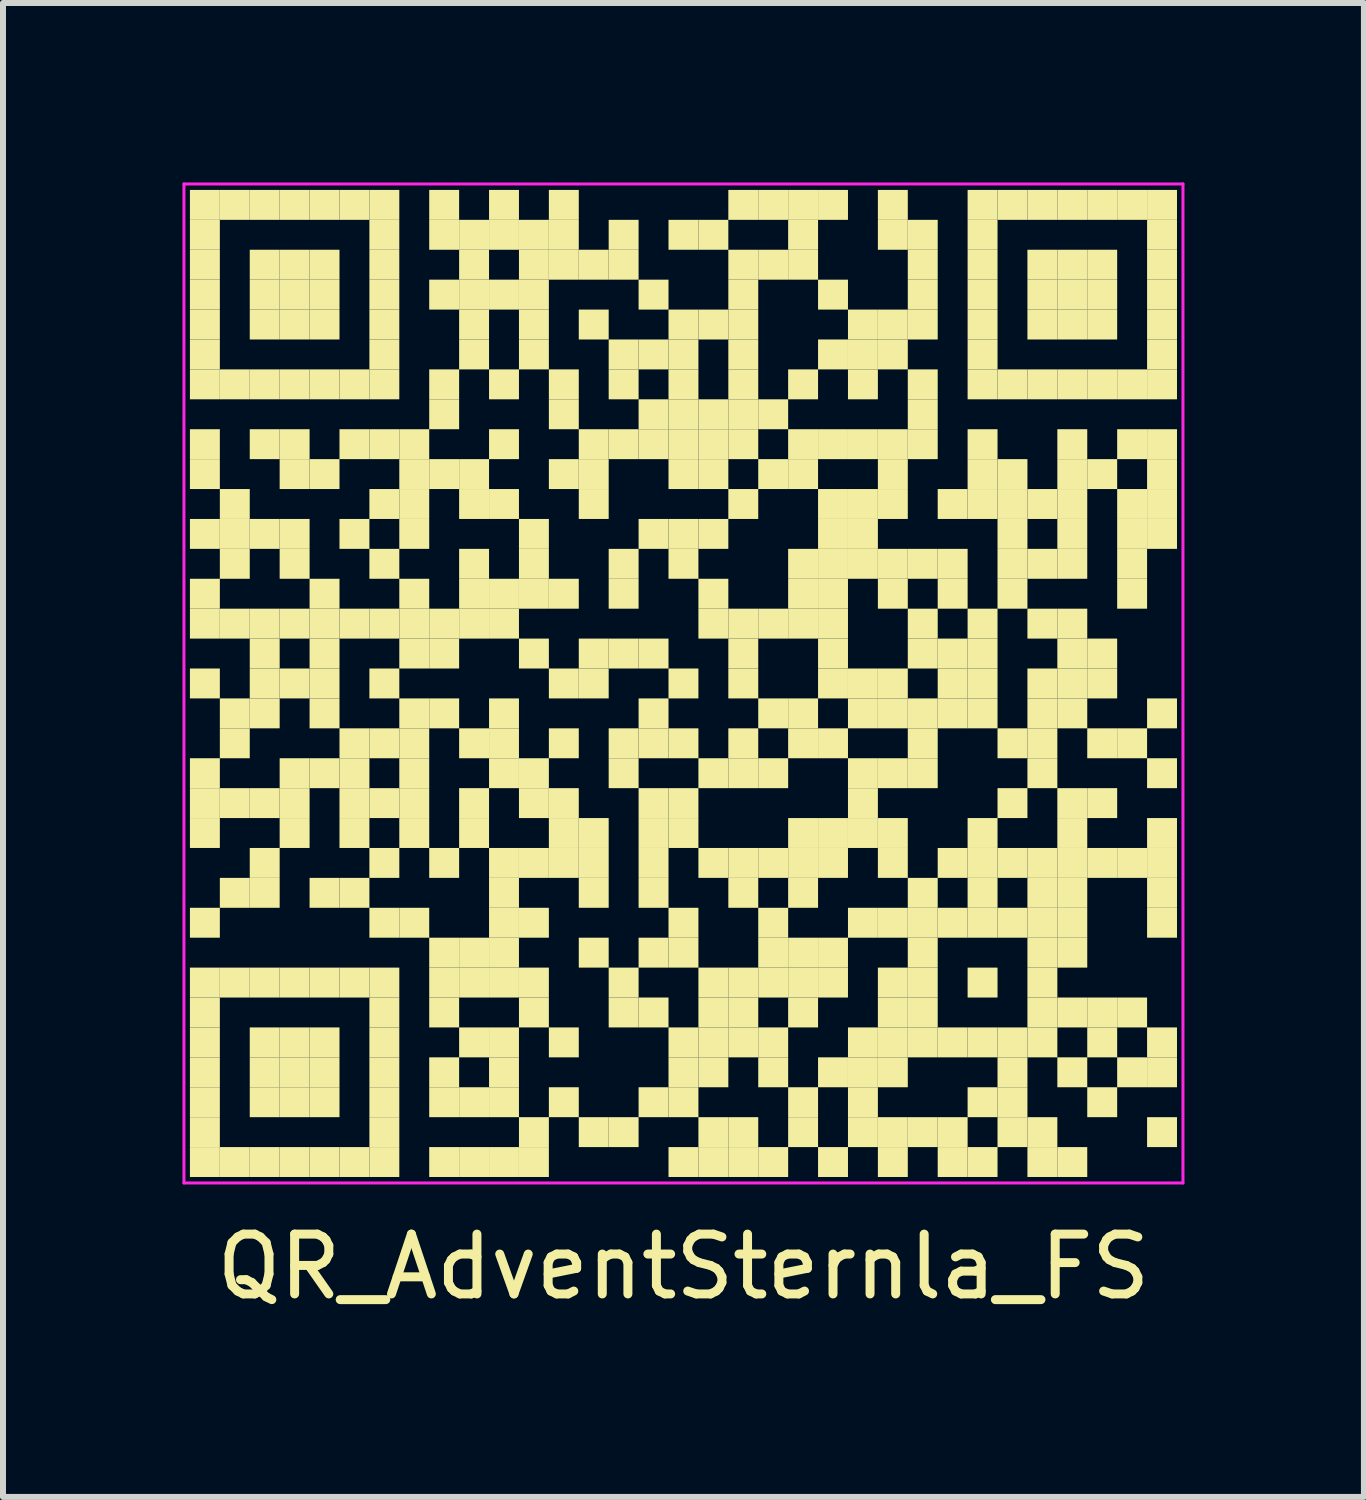
<source format=kicad_pcb>
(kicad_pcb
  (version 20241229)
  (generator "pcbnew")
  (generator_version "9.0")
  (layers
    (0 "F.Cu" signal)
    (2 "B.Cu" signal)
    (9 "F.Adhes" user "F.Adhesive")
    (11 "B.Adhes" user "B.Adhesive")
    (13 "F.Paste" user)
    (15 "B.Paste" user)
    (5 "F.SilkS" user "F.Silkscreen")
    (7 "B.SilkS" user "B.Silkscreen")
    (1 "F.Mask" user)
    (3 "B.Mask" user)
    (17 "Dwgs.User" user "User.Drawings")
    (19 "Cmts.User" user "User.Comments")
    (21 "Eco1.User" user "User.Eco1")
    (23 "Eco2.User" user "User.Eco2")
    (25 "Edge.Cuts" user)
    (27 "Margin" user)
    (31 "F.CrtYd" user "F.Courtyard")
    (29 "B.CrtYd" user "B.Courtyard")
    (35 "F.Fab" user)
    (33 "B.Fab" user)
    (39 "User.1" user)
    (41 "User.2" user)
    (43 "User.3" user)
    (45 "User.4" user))
  (footprint "QR_AdventSternla_FS"
    (layer "F.Cu")
    (at 8.375 8.375)
    (property "Reference" "QR_AdventSternla_FS" (at 0 9.75 0) (layer "F.SilkS") (effects (font (size 1 1) (thickness 0.15))))
    (fp_rect (start -8.25 -8.25) (end -7.75 -7.75) (stroke (width 0) (type solid)) (fill yes) (layer "F.SilkS"))
    (fp_rect (start -8.25 -7.75) (end -7.75 -7.25) (stroke (width 0) (type solid)) (fill yes) (layer "F.SilkS"))
    (fp_rect (start -8.25 -7.25) (end -7.75 -6.75) (stroke (width 0) (type solid)) (fill yes) (layer "F.SilkS"))
    (fp_rect (start -8.25 -6.75) (end -7.75 -6.25) (stroke (width 0) (type solid)) (fill yes) (layer "F.SilkS"))
    (fp_rect (start -8.25 -6.25) (end -7.75 -5.75) (stroke (width 0) (type solid)) (fill yes) (layer "F.SilkS"))
    (fp_rect (start -8.25 -5.75) (end -7.75 -5.25) (stroke (width 0) (type solid)) (fill yes) (layer "F.SilkS"))
    (fp_rect (start -8.25 -5.25) (end -7.75 -4.75) (stroke (width 0) (type solid)) (fill yes) (layer "F.SilkS"))
    (fp_rect (start -8.25 -4.25) (end -7.75 -3.75) (stroke (width 0) (type solid)) (fill yes) (layer "F.SilkS"))
    (fp_rect (start -8.25 -3.75) (end -7.75 -3.25) (stroke (width 0) (type solid)) (fill yes) (layer "F.SilkS"))
    (fp_rect (start -8.25 -2.75) (end -7.75 -2.25) (stroke (width 0) (type solid)) (fill yes) (layer "F.SilkS"))
    (fp_rect (start -8.25 -1.75) (end -7.75 -1.25) (stroke (width 0) (type solid)) (fill yes) (layer "F.SilkS"))
    (fp_rect (start -8.25 -1.25) (end -7.75 -0.75) (stroke (width 0) (type solid)) (fill yes) (layer "F.SilkS"))
    (fp_rect (start -8.25 -0.25) (end -7.75 0.25) (stroke (width 0) (type solid)) (fill yes) (layer "F.SilkS"))
    (fp_rect (start -8.25 1.25) (end -7.75 1.75) (stroke (width 0) (type solid)) (fill yes) (layer "F.SilkS"))
    (fp_rect (start -8.25 1.75) (end -7.75 2.25) (stroke (width 0) (type solid)) (fill yes) (layer "F.SilkS"))
    (fp_rect (start -8.25 2.25) (end -7.75 2.75) (stroke (width 0) (type solid)) (fill yes) (layer "F.SilkS"))
    (fp_rect (start -8.25 3.75) (end -7.75 4.25) (stroke (width 0) (type solid)) (fill yes) (layer "F.SilkS"))
    (fp_rect (start -8.25 4.75) (end -7.75 5.25) (stroke (width 0) (type solid)) (fill yes) (layer "F.SilkS"))
    (fp_rect (start -8.25 5.25) (end -7.75 5.75) (stroke (width 0) (type solid)) (fill yes) (layer "F.SilkS"))
    (fp_rect (start -8.25 5.75) (end -7.75 6.25) (stroke (width 0) (type solid)) (fill yes) (layer "F.SilkS"))
    (fp_rect (start -8.25 6.25) (end -7.75 6.75) (stroke (width 0) (type solid)) (fill yes) (layer "F.SilkS"))
    (fp_rect (start -8.25 6.75) (end -7.75 7.25) (stroke (width 0) (type solid)) (fill yes) (layer "F.SilkS"))
    (fp_rect (start -8.25 7.25) (end -7.75 7.75) (stroke (width 0) (type solid)) (fill yes) (layer "F.SilkS"))
    (fp_rect (start -8.25 7.75) (end -7.75 8.25) (stroke (width 0) (type solid)) (fill yes) (layer "F.SilkS"))
    (fp_rect (start -7.75 -8.25) (end -7.25 -7.75) (stroke (width 0) (type solid)) (fill yes) (layer "F.SilkS"))
    (fp_rect (start -7.75 -5.25) (end -7.25 -4.75) (stroke (width 0) (type solid)) (fill yes) (layer "F.SilkS"))
    (fp_rect (start -7.75 -3.25) (end -7.25 -2.75) (stroke (width 0) (type solid)) (fill yes) (layer "F.SilkS"))
    (fp_rect (start -7.75 -2.75) (end -7.25 -2.25) (stroke (width 0) (type solid)) (fill yes) (layer "F.SilkS"))
    (fp_rect (start -7.75 -2.25) (end -7.25 -1.75) (stroke (width 0) (type solid)) (fill yes) (layer "F.SilkS"))
    (fp_rect (start -7.75 -1.25) (end -7.25 -0.75) (stroke (width 0) (type solid)) (fill yes) (layer "F.SilkS"))
    (fp_rect (start -7.75 0.25) (end -7.25 0.75) (stroke (width 0) (type solid)) (fill yes) (layer "F.SilkS"))
    (fp_rect (start -7.75 0.75) (end -7.25 1.25) (stroke (width 0) (type solid)) (fill yes) (layer "F.SilkS"))
    (fp_rect (start -7.75 1.75) (end -7.25 2.25) (stroke (width 0) (type solid)) (fill yes) (layer "F.SilkS"))
    (fp_rect (start -7.75 3.25) (end -7.25 3.75) (stroke (width 0) (type solid)) (fill yes) (layer "F.SilkS"))
    (fp_rect (start -7.75 4.75) (end -7.25 5.25) (stroke (width 0) (type solid)) (fill yes) (layer "F.SilkS"))
    (fp_rect (start -7.75 7.75) (end -7.25 8.25) (stroke (width 0) (type solid)) (fill yes) (layer "F.SilkS"))
    (fp_rect (start -7.25 -8.25) (end -6.75 -7.75) (stroke (width 0) (type solid)) (fill yes) (layer "F.SilkS"))
    (fp_rect (start -7.25 -7.25) (end -6.75 -6.75) (stroke (width 0) (type solid)) (fill yes) (layer "F.SilkS"))
    (fp_rect (start -7.25 -6.75) (end -6.75 -6.25) (stroke (width 0) (type solid)) (fill yes) (layer "F.SilkS"))
    (fp_rect (start -7.25 -6.25) (end -6.75 -5.75) (stroke (width 0) (type solid)) (fill yes) (layer "F.SilkS"))
    (fp_rect (start -7.25 -5.25) (end -6.75 -4.75) (stroke (width 0) (type solid)) (fill yes) (layer "F.SilkS"))
    (fp_rect (start -7.25 -4.25) (end -6.75 -3.75) (stroke (width 0) (type solid)) (fill yes) (layer "F.SilkS"))
    (fp_rect (start -7.25 -2.75) (end -6.75 -2.25) (stroke (width 0) (type solid)) (fill yes) (layer "F.SilkS"))
    (fp_rect (start -7.25 -1.25) (end -6.75 -0.75) (stroke (width 0) (type solid)) (fill yes) (layer "F.SilkS"))
    (fp_rect (start -7.25 -0.75) (end -6.75 -0.25) (stroke (width 0) (type solid)) (fill yes) (layer "F.SilkS"))
    (fp_rect (start -7.25 -0.25) (end -6.75 0.25) (stroke (width 0) (type solid)) (fill yes) (layer "F.SilkS"))
    (fp_rect (start -7.25 0.25) (end -6.75 0.75) (stroke (width 0) (type solid)) (fill yes) (layer "F.SilkS"))
    (fp_rect (start -7.25 1.75) (end -6.75 2.25) (stroke (width 0) (type solid)) (fill yes) (layer "F.SilkS"))
    (fp_rect (start -7.25 2.75) (end -6.75 3.25) (stroke (width 0) (type solid)) (fill yes) (layer "F.SilkS"))
    (fp_rect (start -7.25 3.25) (end -6.75 3.75) (stroke (width 0) (type solid)) (fill yes) (layer "F.SilkS"))
    (fp_rect (start -7.25 4.75) (end -6.75 5.25) (stroke (width 0) (type solid)) (fill yes) (layer "F.SilkS"))
    (fp_rect (start -7.25 5.75) (end -6.75 6.25) (stroke (width 0) (type solid)) (fill yes) (layer "F.SilkS"))
    (fp_rect (start -7.25 6.25) (end -6.75 6.75) (stroke (width 0) (type solid)) (fill yes) (layer "F.SilkS"))
    (fp_rect (start -7.25 6.75) (end -6.75 7.25) (stroke (width 0) (type solid)) (fill yes) (layer "F.SilkS"))
    (fp_rect (start -7.25 7.75) (end -6.75 8.25) (stroke (width 0) (type solid)) (fill yes) (layer "F.SilkS"))
    (fp_rect (start -6.75 -8.25) (end -6.25 -7.75) (stroke (width 0) (type solid)) (fill yes) (layer "F.SilkS"))
    (fp_rect (start -6.75 -7.25) (end -6.25 -6.75) (stroke (width 0) (type solid)) (fill yes) (layer "F.SilkS"))
    (fp_rect (start -6.75 -6.75) (end -6.25 -6.25) (stroke (width 0) (type solid)) (fill yes) (layer "F.SilkS"))
    (fp_rect (start -6.75 -6.25) (end -6.25 -5.75) (stroke (width 0) (type solid)) (fill yes) (layer "F.SilkS"))
    (fp_rect (start -6.75 -5.25) (end -6.25 -4.75) (stroke (width 0) (type solid)) (fill yes) (layer "F.SilkS"))
    (fp_rect (start -6.75 -4.25) (end -6.25 -3.75) (stroke (width 0) (type solid)) (fill yes) (layer "F.SilkS"))
    (fp_rect (start -6.75 -3.75) (end -6.25 -3.25) (stroke (width 0) (type solid)) (fill yes) (layer "F.SilkS"))
    (fp_rect (start -6.75 -2.75) (end -6.25 -2.25) (stroke (width 0) (type solid)) (fill yes) (layer "F.SilkS"))
    (fp_rect (start -6.75 -2.25) (end -6.25 -1.75) (stroke (width 0) (type solid)) (fill yes) (layer "F.SilkS"))
    (fp_rect (start -6.75 -1.25) (end -6.25 -0.75) (stroke (width 0) (type solid)) (fill yes) (layer "F.SilkS"))
    (fp_rect (start -6.75 -0.25) (end -6.25 0.25) (stroke (width 0) (type solid)) (fill yes) (layer "F.SilkS"))
    (fp_rect (start -6.75 1.25) (end -6.25 1.75) (stroke (width 0) (type solid)) (fill yes) (layer "F.SilkS"))
    (fp_rect (start -6.75 1.75) (end -6.25 2.25) (stroke (width 0) (type solid)) (fill yes) (layer "F.SilkS"))
    (fp_rect (start -6.75 2.25) (end -6.25 2.75) (stroke (width 0) (type solid)) (fill yes) (layer "F.SilkS"))
    (fp_rect (start -6.75 4.75) (end -6.25 5.25) (stroke (width 0) (type solid)) (fill yes) (layer "F.SilkS"))
    (fp_rect (start -6.75 5.75) (end -6.25 6.25) (stroke (width 0) (type solid)) (fill yes) (layer "F.SilkS"))
    (fp_rect (start -6.75 6.25) (end -6.25 6.75) (stroke (width 0) (type solid)) (fill yes) (layer "F.SilkS"))
    (fp_rect (start -6.75 6.75) (end -6.25 7.25) (stroke (width 0) (type solid)) (fill yes) (layer "F.SilkS"))
    (fp_rect (start -6.75 7.75) (end -6.25 8.25) (stroke (width 0) (type solid)) (fill yes) (layer "F.SilkS"))
    (fp_rect (start -6.25 -8.25) (end -5.75 -7.75) (stroke (width 0) (type solid)) (fill yes) (layer "F.SilkS"))
    (fp_rect (start -6.25 -7.25) (end -5.75 -6.75) (stroke (width 0) (type solid)) (fill yes) (layer "F.SilkS"))
    (fp_rect (start -6.25 -6.75) (end -5.75 -6.25) (stroke (width 0) (type solid)) (fill yes) (layer "F.SilkS"))
    (fp_rect (start -6.25 -6.25) (end -5.75 -5.75) (stroke (width 0) (type solid)) (fill yes) (layer "F.SilkS"))
    (fp_rect (start -6.25 -5.25) (end -5.75 -4.75) (stroke (width 0) (type solid)) (fill yes) (layer "F.SilkS"))
    (fp_rect (start -6.25 -3.75) (end -5.75 -3.25) (stroke (width 0) (type solid)) (fill yes) (layer "F.SilkS"))
    (fp_rect (start -6.25 -1.75) (end -5.75 -1.25) (stroke (width 0) (type solid)) (fill yes) (layer "F.SilkS"))
    (fp_rect (start -6.25 -1.25) (end -5.75 -0.75) (stroke (width 0) (type solid)) (fill yes) (layer "F.SilkS"))
    (fp_rect (start -6.25 -0.75) (end -5.75 -0.25) (stroke (width 0) (type solid)) (fill yes) (layer "F.SilkS"))
    (fp_rect (start -6.25 -0.25) (end -5.75 0.25) (stroke (width 0) (type solid)) (fill yes) (layer "F.SilkS"))
    (fp_rect (start -6.25 0.25) (end -5.75 0.75) (stroke (width 0) (type solid)) (fill yes) (layer "F.SilkS"))
    (fp_rect (start -6.25 1.25) (end -5.75 1.75) (stroke (width 0) (type solid)) (fill yes) (layer "F.SilkS"))
    (fp_rect (start -6.25 3.25) (end -5.75 3.75) (stroke (width 0) (type solid)) (fill yes) (layer "F.SilkS"))
    (fp_rect (start -6.25 4.75) (end -5.75 5.25) (stroke (width 0) (type solid)) (fill yes) (layer "F.SilkS"))
    (fp_rect (start -6.25 5.75) (end -5.75 6.25) (stroke (width 0) (type solid)) (fill yes) (layer "F.SilkS"))
    (fp_rect (start -6.25 6.25) (end -5.75 6.75) (stroke (width 0) (type solid)) (fill yes) (layer "F.SilkS"))
    (fp_rect (start -6.25 6.75) (end -5.75 7.25) (stroke (width 0) (type solid)) (fill yes) (layer "F.SilkS"))
    (fp_rect (start -6.25 7.75) (end -5.75 8.25) (stroke (width 0) (type solid)) (fill yes) (layer "F.SilkS"))
    (fp_rect (start -5.75 -8.25) (end -5.25 -7.75) (stroke (width 0) (type solid)) (fill yes) (layer "F.SilkS"))
    (fp_rect (start -5.75 -5.25) (end -5.25 -4.75) (stroke (width 0) (type solid)) (fill yes) (layer "F.SilkS"))
    (fp_rect (start -5.75 -4.25) (end -5.25 -3.75) (stroke (width 0) (type solid)) (fill yes) (layer "F.SilkS"))
    (fp_rect (start -5.75 -2.75) (end -5.25 -2.25) (stroke (width 0) (type solid)) (fill yes) (layer "F.SilkS"))
    (fp_rect (start -5.75 -1.25) (end -5.25 -0.75) (stroke (width 0) (type solid)) (fill yes) (layer "F.SilkS"))
    (fp_rect (start -5.75 0.75) (end -5.25 1.25) (stroke (width 0) (type solid)) (fill yes) (layer "F.SilkS"))
    (fp_rect (start -5.75 1.25) (end -5.25 1.75) (stroke (width 0) (type solid)) (fill yes) (layer "F.SilkS"))
    (fp_rect (start -5.75 1.75) (end -5.25 2.25) (stroke (width 0) (type solid)) (fill yes) (layer "F.SilkS"))
    (fp_rect (start -5.75 2.25) (end -5.25 2.75) (stroke (width 0) (type solid)) (fill yes) (layer "F.SilkS"))
    (fp_rect (start -5.75 3.25) (end -5.25 3.75) (stroke (width 0) (type solid)) (fill yes) (layer "F.SilkS"))
    (fp_rect (start -5.75 4.75) (end -5.25 5.25) (stroke (width 0) (type solid)) (fill yes) (layer "F.SilkS"))
    (fp_rect (start -5.75 7.75) (end -5.25 8.25) (stroke (width 0) (type solid)) (fill yes) (layer "F.SilkS"))
    (fp_rect (start -5.25 -8.25) (end -4.75 -7.75) (stroke (width 0) (type solid)) (fill yes) (layer "F.SilkS"))
    (fp_rect (start -5.25 -7.75) (end -4.75 -7.25) (stroke (width 0) (type solid)) (fill yes) (layer "F.SilkS"))
    (fp_rect (start -5.25 -7.25) (end -4.75 -6.75) (stroke (width 0) (type solid)) (fill yes) (layer "F.SilkS"))
    (fp_rect (start -5.25 -6.75) (end -4.75 -6.25) (stroke (width 0) (type solid)) (fill yes) (layer "F.SilkS"))
    (fp_rect (start -5.25 -6.25) (end -4.75 -5.75) (stroke (width 0) (type solid)) (fill yes) (layer "F.SilkS"))
    (fp_rect (start -5.25 -5.75) (end -4.75 -5.25) (stroke (width 0) (type solid)) (fill yes) (layer "F.SilkS"))
    (fp_rect (start -5.25 -5.25) (end -4.75 -4.75) (stroke (width 0) (type solid)) (fill yes) (layer "F.SilkS"))
    (fp_rect (start -5.25 -4.25) (end -4.75 -3.75) (stroke (width 0) (type solid)) (fill yes) (layer "F.SilkS"))
    (fp_rect (start -5.25 -3.25) (end -4.75 -2.75) (stroke (width 0) (type solid)) (fill yes) (layer "F.SilkS"))
    (fp_rect (start -5.25 -2.25) (end -4.75 -1.75) (stroke (width 0) (type solid)) (fill yes) (layer "F.SilkS"))
    (fp_rect (start -5.25 -1.25) (end -4.75 -0.75) (stroke (width 0) (type solid)) (fill yes) (layer "F.SilkS"))
    (fp_rect (start -5.25 -0.25) (end -4.75 0.25) (stroke (width 0) (type solid)) (fill yes) (layer "F.SilkS"))
    (fp_rect (start -5.25 0.75) (end -4.75 1.25) (stroke (width 0) (type solid)) (fill yes) (layer "F.SilkS"))
    (fp_rect (start -5.25 1.75) (end -4.75 2.25) (stroke (width 0) (type solid)) (fill yes) (layer "F.SilkS"))
    (fp_rect (start -5.25 2.75) (end -4.75 3.25) (stroke (width 0) (type solid)) (fill yes) (layer "F.SilkS"))
    (fp_rect (start -5.25 3.75) (end -4.75 4.25) (stroke (width 0) (type solid)) (fill yes) (layer "F.SilkS"))
    (fp_rect (start -5.25 4.75) (end -4.75 5.25) (stroke (width 0) (type solid)) (fill yes) (layer "F.SilkS"))
    (fp_rect (start -5.25 5.25) (end -4.75 5.75) (stroke (width 0) (type solid)) (fill yes) (layer "F.SilkS"))
    (fp_rect (start -5.25 5.75) (end -4.75 6.25) (stroke (width 0) (type solid)) (fill yes) (layer "F.SilkS"))
    (fp_rect (start -5.25 6.25) (end -4.75 6.75) (stroke (width 0) (type solid)) (fill yes) (layer "F.SilkS"))
    (fp_rect (start -5.25 6.75) (end -4.75 7.25) (stroke (width 0) (type solid)) (fill yes) (layer "F.SilkS"))
    (fp_rect (start -5.25 7.25) (end -4.75 7.75) (stroke (width 0) (type solid)) (fill yes) (layer "F.SilkS"))
    (fp_rect (start -5.25 7.75) (end -4.75 8.25) (stroke (width 0) (type solid)) (fill yes) (layer "F.SilkS"))
    (fp_rect (start -4.75 -4.25) (end -4.25 -3.75) (stroke (width 0) (type solid)) (fill yes) (layer "F.SilkS"))
    (fp_rect (start -4.75 -3.75) (end -4.25 -3.25) (stroke (width 0) (type solid)) (fill yes) (layer "F.SilkS"))
    (fp_rect (start -4.75 -3.25) (end -4.25 -2.75) (stroke (width 0) (type solid)) (fill yes) (layer "F.SilkS"))
    (fp_rect (start -4.75 -2.75) (end -4.25 -2.25) (stroke (width 0) (type solid)) (fill yes) (layer "F.SilkS"))
    (fp_rect (start -4.75 -1.75) (end -4.25 -1.25) (stroke (width 0) (type solid)) (fill yes) (layer "F.SilkS"))
    (fp_rect (start -4.75 -1.25) (end -4.25 -0.75) (stroke (width 0) (type solid)) (fill yes) (layer "F.SilkS"))
    (fp_rect (start -4.75 -0.75) (end -4.25 -0.25) (stroke (width 0) (type solid)) (fill yes) (layer "F.SilkS"))
    (fp_rect (start -4.75 0.25) (end -4.25 0.75) (stroke (width 0) (type solid)) (fill yes) (layer "F.SilkS"))
    (fp_rect (start -4.75 0.75) (end -4.25 1.25) (stroke (width 0) (type solid)) (fill yes) (layer "F.SilkS"))
    (fp_rect (start -4.75 1.25) (end -4.25 1.75) (stroke (width 0) (type solid)) (fill yes) (layer "F.SilkS"))
    (fp_rect (start -4.75 1.75) (end -4.25 2.25) (stroke (width 0) (type solid)) (fill yes) (layer "F.SilkS"))
    (fp_rect (start -4.75 2.25) (end -4.25 2.75) (stroke (width 0) (type solid)) (fill yes) (layer "F.SilkS"))
    (fp_rect (start -4.75 3.75) (end -4.25 4.25) (stroke (width 0) (type solid)) (fill yes) (layer "F.SilkS"))
    (fp_rect (start -4.25 -8.25) (end -3.75 -7.75) (stroke (width 0) (type solid)) (fill yes) (layer "F.SilkS"))
    (fp_rect (start -4.25 -7.75) (end -3.75 -7.25) (stroke (width 0) (type solid)) (fill yes) (layer "F.SilkS"))
    (fp_rect (start -4.25 -6.75) (end -3.75 -6.25) (stroke (width 0) (type solid)) (fill yes) (layer "F.SilkS"))
    (fp_rect (start -4.25 -5.25) (end -3.75 -4.75) (stroke (width 0) (type solid)) (fill yes) (layer "F.SilkS"))
    (fp_rect (start -4.25 -4.75) (end -3.75 -4.25) (stroke (width 0) (type solid)) (fill yes) (layer "F.SilkS"))
    (fp_rect (start -4.25 -3.75) (end -3.75 -3.25) (stroke (width 0) (type solid)) (fill yes) (layer "F.SilkS"))
    (fp_rect (start -4.25 -1.25) (end -3.75 -0.75) (stroke (width 0) (type solid)) (fill yes) (layer "F.SilkS"))
    (fp_rect (start -4.25 -0.75) (end -3.75 -0.25) (stroke (width 0) (type solid)) (fill yes) (layer "F.SilkS"))
    (fp_rect (start -4.25 0.25) (end -3.75 0.75) (stroke (width 0) (type solid)) (fill yes) (layer "F.SilkS"))
    (fp_rect (start -4.25 2.75) (end -3.75 3.25) (stroke (width 0) (type solid)) (fill yes) (layer "F.SilkS"))
    (fp_rect (start -4.25 4.25) (end -3.75 4.75) (stroke (width 0) (type solid)) (fill yes) (layer "F.SilkS"))
    (fp_rect (start -4.25 4.75) (end -3.75 5.25) (stroke (width 0) (type solid)) (fill yes) (layer "F.SilkS"))
    (fp_rect (start -4.25 5.25) (end -3.75 5.75) (stroke (width 0) (type solid)) (fill yes) (layer "F.SilkS"))
    (fp_rect (start -4.25 6.25) (end -3.75 6.75) (stroke (width 0) (type solid)) (fill yes) (layer "F.SilkS"))
    (fp_rect (start -4.25 6.75) (end -3.75 7.25) (stroke (width 0) (type solid)) (fill yes) (layer "F.SilkS"))
    (fp_rect (start -4.25 7.75) (end -3.75 8.25) (stroke (width 0) (type solid)) (fill yes) (layer "F.SilkS"))
    (fp_rect (start -3.75 -7.75) (end -3.25 -7.25) (stroke (width 0) (type solid)) (fill yes) (layer "F.SilkS"))
    (fp_rect (start -3.75 -7.25) (end -3.25 -6.75) (stroke (width 0) (type solid)) (fill yes) (layer "F.SilkS"))
    (fp_rect (start -3.75 -6.75) (end -3.25 -6.25) (stroke (width 0) (type solid)) (fill yes) (layer "F.SilkS"))
    (fp_rect (start -3.75 -6.25) (end -3.25 -5.75) (stroke (width 0) (type solid)) (fill yes) (layer "F.SilkS"))
    (fp_rect (start -3.75 -5.75) (end -3.25 -5.25) (stroke (width 0) (type solid)) (fill yes) (layer "F.SilkS"))
    (fp_rect (start -3.75 -3.75) (end -3.25 -3.25) (stroke (width 0) (type solid)) (fill yes) (layer "F.SilkS"))
    (fp_rect (start -3.75 -3.25) (end -3.25 -2.75) (stroke (width 0) (type solid)) (fill yes) (layer "F.SilkS"))
    (fp_rect (start -3.75 -2.25) (end -3.25 -1.75) (stroke (width 0) (type solid)) (fill yes) (layer "F.SilkS"))
    (fp_rect (start -3.75 -1.75) (end -3.25 -1.25) (stroke (width 0) (type solid)) (fill yes) (layer "F.SilkS"))
    (fp_rect (start -3.75 -1.25) (end -3.25 -0.75) (stroke (width 0) (type solid)) (fill yes) (layer "F.SilkS"))
    (fp_rect (start -3.75 0.75) (end -3.25 1.25) (stroke (width 0) (type solid)) (fill yes) (layer "F.SilkS"))
    (fp_rect (start -3.75 1.75) (end -3.25 2.25) (stroke (width 0) (type solid)) (fill yes) (layer "F.SilkS"))
    (fp_rect (start -3.75 2.25) (end -3.25 2.75) (stroke (width 0) (type solid)) (fill yes) (layer "F.SilkS"))
    (fp_rect (start -3.75 4.25) (end -3.25 4.75) (stroke (width 0) (type solid)) (fill yes) (layer "F.SilkS"))
    (fp_rect (start -3.75 4.75) (end -3.25 5.25) (stroke (width 0) (type solid)) (fill yes) (layer "F.SilkS"))
    (fp_rect (start -3.75 5.75) (end -3.25 6.25) (stroke (width 0) (type solid)) (fill yes) (layer "F.SilkS"))
    (fp_rect (start -3.75 6.75) (end -3.25 7.25) (stroke (width 0) (type solid)) (fill yes) (layer "F.SilkS"))
    (fp_rect (start -3.75 7.75) (end -3.25 8.25) (stroke (width 0) (type solid)) (fill yes) (layer "F.SilkS"))
    (fp_rect (start -3.25 -8.25) (end -2.75 -7.75) (stroke (width 0) (type solid)) (fill yes) (layer "F.SilkS"))
    (fp_rect (start -3.25 -7.75) (end -2.75 -7.25) (stroke (width 0) (type solid)) (fill yes) (layer "F.SilkS"))
    (fp_rect (start -3.25 -6.75) (end -2.75 -6.25) (stroke (width 0) (type solid)) (fill yes) (layer "F.SilkS"))
    (fp_rect (start -3.25 -5.25) (end -2.75 -4.75) (stroke (width 0) (type solid)) (fill yes) (layer "F.SilkS"))
    (fp_rect (start -3.25 -4.25) (end -2.75 -3.75) (stroke (width 0) (type solid)) (fill yes) (layer "F.SilkS"))
    (fp_rect (start -3.25 -3.25) (end -2.75 -2.75) (stroke (width 0) (type solid)) (fill yes) (layer "F.SilkS"))
    (fp_rect (start -3.25 -1.75) (end -2.75 -1.25) (stroke (width 0) (type solid)) (fill yes) (layer "F.SilkS"))
    (fp_rect (start -3.25 -1.25) (end -2.75 -0.75) (stroke (width 0) (type solid)) (fill yes) (layer "F.SilkS"))
    (fp_rect (start -3.25 0.25) (end -2.75 0.75) (stroke (width 0) (type solid)) (fill yes) (layer "F.SilkS"))
    (fp_rect (start -3.25 0.75) (end -2.75 1.25) (stroke (width 0) (type solid)) (fill yes) (layer "F.SilkS"))
    (fp_rect (start -3.25 1.25) (end -2.75 1.75) (stroke (width 0) (type solid)) (fill yes) (layer "F.SilkS"))
    (fp_rect (start -3.25 2.75) (end -2.75 3.25) (stroke (width 0) (type solid)) (fill yes) (layer "F.SilkS"))
    (fp_rect (start -3.25 3.25) (end -2.75 3.75) (stroke (width 0) (type solid)) (fill yes) (layer "F.SilkS"))
    (fp_rect (start -3.25 3.75) (end -2.75 4.25) (stroke (width 0) (type solid)) (fill yes) (layer "F.SilkS"))
    (fp_rect (start -3.25 4.25) (end -2.75 4.75) (stroke (width 0) (type solid)) (fill yes) (layer "F.SilkS"))
    (fp_rect (start -3.25 4.75) (end -2.75 5.25) (stroke (width 0) (type solid)) (fill yes) (layer "F.SilkS"))
    (fp_rect (start -3.25 5.75) (end -2.75 6.25) (stroke (width 0) (type solid)) (fill yes) (layer "F.SilkS"))
    (fp_rect (start -3.25 6.25) (end -2.75 6.75) (stroke (width 0) (type solid)) (fill yes) (layer "F.SilkS"))
    (fp_rect (start -3.25 6.75) (end -2.75 7.25) (stroke (width 0) (type solid)) (fill yes) (layer "F.SilkS"))
    (fp_rect (start -3.25 7.75) (end -2.75 8.25) (stroke (width 0) (type solid)) (fill yes) (layer "F.SilkS"))
    (fp_rect (start -2.75 -7.75) (end -2.25 -7.25) (stroke (width 0) (type solid)) (fill yes) (layer "F.SilkS"))
    (fp_rect (start -2.75 -7.25) (end -2.25 -6.75) (stroke (width 0) (type solid)) (fill yes) (layer "F.SilkS"))
    (fp_rect (start -2.75 -6.75) (end -2.25 -6.25) (stroke (width 0) (type solid)) (fill yes) (layer "F.SilkS"))
    (fp_rect (start -2.75 -6.25) (end -2.25 -5.75) (stroke (width 0) (type solid)) (fill yes) (layer "F.SilkS"))
    (fp_rect (start -2.75 -5.75) (end -2.25 -5.25) (stroke (width 0) (type solid)) (fill yes) (layer "F.SilkS"))
    (fp_rect (start -2.75 -2.75) (end -2.25 -2.25) (stroke (width 0) (type solid)) (fill yes) (layer "F.SilkS"))
    (fp_rect (start -2.75 -2.25) (end -2.25 -1.75) (stroke (width 0) (type solid)) (fill yes) (layer "F.SilkS"))
    (fp_rect (start -2.75 -1.75) (end -2.25 -1.25) (stroke (width 0) (type solid)) (fill yes) (layer "F.SilkS"))
    (fp_rect (start -2.75 -0.75) (end -2.25 -0.25) (stroke (width 0) (type solid)) (fill yes) (layer "F.SilkS"))
    (fp_rect (start -2.75 1.25) (end -2.25 1.75) (stroke (width 0) (type solid)) (fill yes) (layer "F.SilkS"))
    (fp_rect (start -2.75 1.75) (end -2.25 2.25) (stroke (width 0) (type solid)) (fill yes) (layer "F.SilkS"))
    (fp_rect (start -2.75 2.75) (end -2.25 3.25) (stroke (width 0) (type solid)) (fill yes) (layer "F.SilkS"))
    (fp_rect (start -2.75 3.75) (end -2.25 4.25) (stroke (width 0) (type solid)) (fill yes) (layer "F.SilkS"))
    (fp_rect (start -2.75 4.75) (end -2.25 5.25) (stroke (width 0) (type solid)) (fill yes) (layer "F.SilkS"))
    (fp_rect (start -2.75 5.25) (end -2.25 5.75) (stroke (width 0) (type solid)) (fill yes) (layer "F.SilkS"))
    (fp_rect (start -2.75 7.25) (end -2.25 7.75) (stroke (width 0) (type solid)) (fill yes) (layer "F.SilkS"))
    (fp_rect (start -2.75 7.75) (end -2.25 8.25) (stroke (width 0) (type solid)) (fill yes) (layer "F.SilkS"))
    (fp_rect (start -2.25 -8.25) (end -1.75 -7.75) (stroke (width 0) (type solid)) (fill yes) (layer "F.SilkS"))
    (fp_rect (start -2.25 -7.75) (end -1.75 -7.25) (stroke (width 0) (type solid)) (fill yes) (layer "F.SilkS"))
    (fp_rect (start -2.25 -7.25) (end -1.75 -6.75) (stroke (width 0) (type solid)) (fill yes) (layer "F.SilkS"))
    (fp_rect (start -2.25 -5.25) (end -1.75 -4.75) (stroke (width 0) (type solid)) (fill yes) (layer "F.SilkS"))
    (fp_rect (start -2.25 -4.75) (end -1.75 -4.25) (stroke (width 0) (type solid)) (fill yes) (layer "F.SilkS"))
    (fp_rect (start -2.25 -3.75) (end -1.75 -3.25) (stroke (width 0) (type solid)) (fill yes) (layer "F.SilkS"))
    (fp_rect (start -2.25 -1.75) (end -1.75 -1.25) (stroke (width 0) (type solid)) (fill yes) (layer "F.SilkS"))
    (fp_rect (start -2.25 -0.25) (end -1.75 0.25) (stroke (width 0) (type solid)) (fill yes) (layer "F.SilkS"))
    (fp_rect (start -2.25 0.75) (end -1.75 1.25) (stroke (width 0) (type solid)) (fill yes) (layer "F.SilkS"))
    (fp_rect (start -2.25 1.75) (end -1.75 2.25) (stroke (width 0) (type solid)) (fill yes) (layer "F.SilkS"))
    (fp_rect (start -2.25 2.25) (end -1.75 2.75) (stroke (width 0) (type solid)) (fill yes) (layer "F.SilkS"))
    (fp_rect (start -2.25 2.75) (end -1.75 3.25) (stroke (width 0) (type solid)) (fill yes) (layer "F.SilkS"))
    (fp_rect (start -2.25 5.75) (end -1.75 6.25) (stroke (width 0) (type solid)) (fill yes) (layer "F.SilkS"))
    (fp_rect (start -2.25 6.75) (end -1.75 7.25) (stroke (width 0) (type solid)) (fill yes) (layer "F.SilkS"))
    (fp_rect (start -1.75 -7.25) (end -1.25 -6.75) (stroke (width 0) (type solid)) (fill yes) (layer "F.SilkS"))
    (fp_rect (start -1.75 -6.25) (end -1.25 -5.75) (stroke (width 0) (type solid)) (fill yes) (layer "F.SilkS"))
    (fp_rect (start -1.75 -4.25) (end -1.25 -3.75) (stroke (width 0) (type solid)) (fill yes) (layer "F.SilkS"))
    (fp_rect (start -1.75 -3.75) (end -1.25 -3.25) (stroke (width 0) (type solid)) (fill yes) (layer "F.SilkS"))
    (fp_rect (start -1.75 -3.25) (end -1.25 -2.75) (stroke (width 0) (type solid)) (fill yes) (layer "F.SilkS"))
    (fp_rect (start -1.75 -0.75) (end -1.25 -0.25) (stroke (width 0) (type solid)) (fill yes) (layer "F.SilkS"))
    (fp_rect (start -1.75 -0.25) (end -1.25 0.25) (stroke (width 0) (type solid)) (fill yes) (layer "F.SilkS"))
    (fp_rect (start -1.75 2.25) (end -1.25 2.75) (stroke (width 0) (type solid)) (fill yes) (layer "F.SilkS"))
    (fp_rect (start -1.75 2.75) (end -1.25 3.25) (stroke (width 0) (type solid)) (fill yes) (layer "F.SilkS"))
    (fp_rect (start -1.75 3.25) (end -1.25 3.75) (stroke (width 0) (type solid)) (fill yes) (layer "F.SilkS"))
    (fp_rect (start -1.75 4.25) (end -1.25 4.75) (stroke (width 0) (type solid)) (fill yes) (layer "F.SilkS"))
    (fp_rect (start -1.75 7.25) (end -1.25 7.75) (stroke (width 0) (type solid)) (fill yes) (layer "F.SilkS"))
    (fp_rect (start -1.25 -7.75) (end -0.75 -7.25) (stroke (width 0) (type solid)) (fill yes) (layer "F.SilkS"))
    (fp_rect (start -1.25 -7.25) (end -0.75 -6.75) (stroke (width 0) (type solid)) (fill yes) (layer "F.SilkS"))
    (fp_rect (start -1.25 -5.75) (end -0.75 -5.25) (stroke (width 0) (type solid)) (fill yes) (layer "F.SilkS"))
    (fp_rect (start -1.25 -5.25) (end -0.75 -4.75) (stroke (width 0) (type solid)) (fill yes) (layer "F.SilkS"))
    (fp_rect (start -1.25 -4.25) (end -0.75 -3.75) (stroke (width 0) (type solid)) (fill yes) (layer "F.SilkS"))
    (fp_rect (start -1.25 -2.25) (end -0.75 -1.75) (stroke (width 0) (type solid)) (fill yes) (layer "F.SilkS"))
    (fp_rect (start -1.25 -1.75) (end -0.75 -1.25) (stroke (width 0) (type solid)) (fill yes) (layer "F.SilkS"))
    (fp_rect (start -1.25 -0.75) (end -0.75 -0.25) (stroke (width 0) (type solid)) (fill yes) (layer "F.SilkS"))
    (fp_rect (start -1.25 0.75) (end -0.75 1.25) (stroke (width 0) (type solid)) (fill yes) (layer "F.SilkS"))
    (fp_rect (start -1.25 1.25) (end -0.75 1.75) (stroke (width 0) (type solid)) (fill yes) (layer "F.SilkS"))
    (fp_rect (start -1.25 4.75) (end -0.75 5.25) (stroke (width 0) (type solid)) (fill yes) (layer "F.SilkS"))
    (fp_rect (start -1.25 5.25) (end -0.75 5.75) (stroke (width 0) (type solid)) (fill yes) (layer "F.SilkS"))
    (fp_rect (start -1.25 7.25) (end -0.75 7.75) (stroke (width 0) (type solid)) (fill yes) (layer "F.SilkS"))
    (fp_rect (start -0.75 -6.75) (end -0.25 -6.25) (stroke (width 0) (type solid)) (fill yes) (layer "F.SilkS"))
    (fp_rect (start -0.75 -5.75) (end -0.25 -5.25) (stroke (width 0) (type solid)) (fill yes) (layer "F.SilkS"))
    (fp_rect (start -0.75 -4.75) (end -0.25 -4.25) (stroke (width 0) (type solid)) (fill yes) (layer "F.SilkS"))
    (fp_rect (start -0.75 -4.25) (end -0.25 -3.75) (stroke (width 0) (type solid)) (fill yes) (layer "F.SilkS"))
    (fp_rect (start -0.75 -2.75) (end -0.25 -2.25) (stroke (width 0) (type solid)) (fill yes) (layer "F.SilkS"))
    (fp_rect (start -0.75 -0.75) (end -0.25 -0.25) (stroke (width 0) (type solid)) (fill yes) (layer "F.SilkS"))
    (fp_rect (start -0.75 0.25) (end -0.25 0.75) (stroke (width 0) (type solid)) (fill yes) (layer "F.SilkS"))
    (fp_rect (start -0.75 0.75) (end -0.25 1.25) (stroke (width 0) (type solid)) (fill yes) (layer "F.SilkS"))
    (fp_rect (start -0.75 1.75) (end -0.25 2.25) (stroke (width 0) (type solid)) (fill yes) (layer "F.SilkS"))
    (fp_rect (start -0.75 2.25) (end -0.25 2.75) (stroke (width 0) (type solid)) (fill yes) (layer "F.SilkS"))
    (fp_rect (start -0.75 2.75) (end -0.25 3.25) (stroke (width 0) (type solid)) (fill yes) (layer "F.SilkS"))
    (fp_rect (start -0.75 3.25) (end -0.25 3.75) (stroke (width 0) (type solid)) (fill yes) (layer "F.SilkS"))
    (fp_rect (start -0.75 4.25) (end -0.25 4.75) (stroke (width 0) (type solid)) (fill yes) (layer "F.SilkS"))
    (fp_rect (start -0.75 5.25) (end -0.25 5.75) (stroke (width 0) (type solid)) (fill yes) (layer "F.SilkS"))
    (fp_rect (start -0.75 6.75) (end -0.25 7.25) (stroke (width 0) (type solid)) (fill yes) (layer "F.SilkS"))
    (fp_rect (start -0.25 -7.75) (end 0.25 -7.25) (stroke (width 0) (type solid)) (fill yes) (layer "F.SilkS"))
    (fp_rect (start -0.25 -6.25) (end 0.25 -5.75) (stroke (width 0) (type solid)) (fill yes) (layer "F.SilkS"))
    (fp_rect (start -0.25 -5.75) (end 0.25 -5.25) (stroke (width 0) (type solid)) (fill yes) (layer "F.SilkS"))
    (fp_rect (start -0.25 -5.25) (end 0.25 -4.75) (stroke (width 0) (type solid)) (fill yes) (layer "F.SilkS"))
    (fp_rect (start -0.25 -4.75) (end 0.25 -4.25) (stroke (width 0) (type solid)) (fill yes) (layer "F.SilkS"))
    (fp_rect (start -0.25 -4.25) (end 0.25 -3.75) (stroke (width 0) (type solid)) (fill yes) (layer "F.SilkS"))
    (fp_rect (start -0.25 -3.75) (end 0.25 -3.25) (stroke (width 0) (type solid)) (fill yes) (layer "F.SilkS"))
    (fp_rect (start -0.25 -2.75) (end 0.25 -2.25) (stroke (width 0) (type solid)) (fill yes) (layer "F.SilkS"))
    (fp_rect (start -0.25 -2.25) (end 0.25 -1.75) (stroke (width 0) (type solid)) (fill yes) (layer "F.SilkS"))
    (fp_rect (start -0.25 -0.25) (end 0.25 0.25) (stroke (width 0) (type solid)) (fill yes) (layer "F.SilkS"))
    (fp_rect (start -0.25 0.75) (end 0.25 1.25) (stroke (width 0) (type solid)) (fill yes) (layer "F.SilkS"))
    (fp_rect (start -0.25 1.75) (end 0.25 2.25) (stroke (width 0) (type solid)) (fill yes) (layer "F.SilkS"))
    (fp_rect (start -0.25 2.25) (end 0.25 2.75) (stroke (width 0) (type solid)) (fill yes) (layer "F.SilkS"))
    (fp_rect (start -0.25 3.75) (end 0.25 4.25) (stroke (width 0) (type solid)) (fill yes) (layer "F.SilkS"))
    (fp_rect (start -0.25 4.25) (end 0.25 4.75) (stroke (width 0) (type solid)) (fill yes) (layer "F.SilkS"))
    (fp_rect (start -0.25 5.75) (end 0.25 6.25) (stroke (width 0) (type solid)) (fill yes) (layer "F.SilkS"))
    (fp_rect (start -0.25 6.25) (end 0.25 6.75) (stroke (width 0) (type solid)) (fill yes) (layer "F.SilkS"))
    (fp_rect (start -0.25 6.75) (end 0.25 7.25) (stroke (width 0) (type solid)) (fill yes) (layer "F.SilkS"))
    (fp_rect (start -0.25 7.75) (end 0.25 8.25) (stroke (width 0) (type solid)) (fill yes) (layer "F.SilkS"))
    (fp_rect (start 0.25 -7.75) (end 0.75 -7.25) (stroke (width 0) (type solid)) (fill yes) (layer "F.SilkS"))
    (fp_rect (start 0.25 -6.25) (end 0.75 -5.75) (stroke (width 0) (type solid)) (fill yes) (layer "F.SilkS"))
    (fp_rect (start 0.25 -4.75) (end 0.75 -4.25) (stroke (width 0) (type solid)) (fill yes) (layer "F.SilkS"))
    (fp_rect (start 0.25 -4.25) (end 0.75 -3.75) (stroke (width 0) (type solid)) (fill yes) (layer "F.SilkS"))
    (fp_rect (start 0.25 -3.75) (end 0.75 -3.25) (stroke (width 0) (type solid)) (fill yes) (layer "F.SilkS"))
    (fp_rect (start 0.25 -2.75) (end 0.75 -2.25) (stroke (width 0) (type solid)) (fill yes) (layer "F.SilkS"))
    (fp_rect (start 0.25 -1.75) (end 0.75 -1.25) (stroke (width 0) (type solid)) (fill yes) (layer "F.SilkS"))
    (fp_rect (start 0.25 -1.25) (end 0.75 -0.75) (stroke (width 0) (type solid)) (fill yes) (layer "F.SilkS"))
    (fp_rect (start 0.25 1.25) (end 0.75 1.75) (stroke (width 0) (type solid)) (fill yes) (layer "F.SilkS"))
    (fp_rect (start 0.25 2.75) (end 0.75 3.25) (stroke (width 0) (type solid)) (fill yes) (layer "F.SilkS"))
    (fp_rect (start 0.25 4.75) (end 0.75 5.25) (stroke (width 0) (type solid)) (fill yes) (layer "F.SilkS"))
    (fp_rect (start 0.25 5.25) (end 0.75 5.75) (stroke (width 0) (type solid)) (fill yes) (layer "F.SilkS"))
    (fp_rect (start 0.25 5.75) (end 0.75 6.25) (stroke (width 0) (type solid)) (fill yes) (layer "F.SilkS"))
    (fp_rect (start 0.25 6.25) (end 0.75 6.75) (stroke (width 0) (type solid)) (fill yes) (layer "F.SilkS"))
    (fp_rect (start 0.25 7.25) (end 0.75 7.75) (stroke (width 0) (type solid)) (fill yes) (layer "F.SilkS"))
    (fp_rect (start 0.25 7.75) (end 0.75 8.25) (stroke (width 0) (type solid)) (fill yes) (layer "F.SilkS"))
    (fp_rect (start 0.75 -8.25) (end 1.25 -7.75) (stroke (width 0) (type solid)) (fill yes) (layer "F.SilkS"))
    (fp_rect (start 0.75 -7.25) (end 1.25 -6.75) (stroke (width 0) (type solid)) (fill yes) (layer "F.SilkS"))
    (fp_rect (start 0.75 -6.75) (end 1.25 -6.25) (stroke (width 0) (type solid)) (fill yes) (layer "F.SilkS"))
    (fp_rect (start 0.75 -6.25) (end 1.25 -5.75) (stroke (width 0) (type solid)) (fill yes) (layer "F.SilkS"))
    (fp_rect (start 0.75 -5.75) (end 1.25 -5.25) (stroke (width 0) (type solid)) (fill yes) (layer "F.SilkS"))
    (fp_rect (start 0.75 -5.25) (end 1.25 -4.75) (stroke (width 0) (type solid)) (fill yes) (layer "F.SilkS"))
    (fp_rect (start 0.75 -4.75) (end 1.25 -4.25) (stroke (width 0) (type solid)) (fill yes) (layer "F.SilkS"))
    (fp_rect (start 0.75 -4.25) (end 1.25 -3.75) (stroke (width 0) (type solid)) (fill yes) (layer "F.SilkS"))
    (fp_rect (start 0.75 -3.25) (end 1.25 -2.75) (stroke (width 0) (type solid)) (fill yes) (layer "F.SilkS"))
    (fp_rect (start 0.75 -1.25) (end 1.25 -0.75) (stroke (width 0) (type solid)) (fill yes) (layer "F.SilkS"))
    (fp_rect (start 0.75 -0.75) (end 1.25 -0.25) (stroke (width 0) (type solid)) (fill yes) (layer "F.SilkS"))
    (fp_rect (start 0.75 -0.25) (end 1.25 0.25) (stroke (width 0) (type solid)) (fill yes) (layer "F.SilkS"))
    (fp_rect (start 0.75 0.75) (end 1.25 1.25) (stroke (width 0) (type solid)) (fill yes) (layer "F.SilkS"))
    (fp_rect (start 0.75 1.25) (end 1.25 1.75) (stroke (width 0) (type solid)) (fill yes) (layer "F.SilkS"))
    (fp_rect (start 0.75 2.75) (end 1.25 3.25) (stroke (width 0) (type solid)) (fill yes) (layer "F.SilkS"))
    (fp_rect (start 0.75 3.25) (end 1.25 3.75) (stroke (width 0) (type solid)) (fill yes) (layer "F.SilkS"))
    (fp_rect (start 0.75 4.75) (end 1.25 5.25) (stroke (width 0) (type solid)) (fill yes) (layer "F.SilkS"))
    (fp_rect (start 0.75 5.25) (end 1.25 5.75) (stroke (width 0) (type solid)) (fill yes) (layer "F.SilkS"))
    (fp_rect (start 0.75 5.75) (end 1.25 6.25) (stroke (width 0) (type solid)) (fill yes) (layer "F.SilkS"))
    (fp_rect (start 0.75 7.25) (end 1.25 7.75) (stroke (width 0) (type solid)) (fill yes) (layer "F.SilkS"))
    (fp_rect (start 0.75 7.75) (end 1.25 8.25) (stroke (width 0) (type solid)) (fill yes) (layer "F.SilkS"))
    (fp_rect (start 1.25 -8.25) (end 1.75 -7.75) (stroke (width 0) (type solid)) (fill yes) (layer "F.SilkS"))
    (fp_rect (start 1.25 -7.25) (end 1.75 -6.75) (stroke (width 0) (type solid)) (fill yes) (layer "F.SilkS"))
    (fp_rect (start 1.25 -4.75) (end 1.75 -4.25) (stroke (width 0) (type solid)) (fill yes) (layer "F.SilkS"))
    (fp_rect (start 1.25 -3.75) (end 1.75 -3.25) (stroke (width 0) (type solid)) (fill yes) (layer "F.SilkS"))
    (fp_rect (start 1.25 -1.25) (end 1.75 -0.75) (stroke (width 0) (type solid)) (fill yes) (layer "F.SilkS"))
    (fp_rect (start 1.25 0.25) (end 1.75 0.75) (stroke (width 0) (type solid)) (fill yes) (layer "F.SilkS"))
    (fp_rect (start 1.25 1.25) (end 1.75 1.75) (stroke (width 0) (type solid)) (fill yes) (layer "F.SilkS"))
    (fp_rect (start 1.25 2.75) (end 1.75 3.25) (stroke (width 0) (type solid)) (fill yes) (layer "F.SilkS"))
    (fp_rect (start 1.25 3.75) (end 1.75 4.25) (stroke (width 0) (type solid)) (fill yes) (layer "F.SilkS"))
    (fp_rect (start 1.25 4.25) (end 1.75 4.75) (stroke (width 0) (type solid)) (fill yes) (layer "F.SilkS"))
    (fp_rect (start 1.25 4.75) (end 1.75 5.25) (stroke (width 0) (type solid)) (fill yes) (layer "F.SilkS"))
    (fp_rect (start 1.25 5.75) (end 1.75 6.25) (stroke (width 0) (type solid)) (fill yes) (layer "F.SilkS"))
    (fp_rect (start 1.25 6.25) (end 1.75 6.75) (stroke (width 0) (type solid)) (fill yes) (layer "F.SilkS"))
    (fp_rect (start 1.25 7.75) (end 1.75 8.25) (stroke (width 0) (type solid)) (fill yes) (layer "F.SilkS"))
    (fp_rect (start 1.75 -8.25) (end 2.25 -7.75) (stroke (width 0) (type solid)) (fill yes) (layer "F.SilkS"))
    (fp_rect (start 1.75 -7.75) (end 2.25 -7.25) (stroke (width 0) (type solid)) (fill yes) (layer "F.SilkS"))
    (fp_rect (start 1.75 -7.25) (end 2.25 -6.75) (stroke (width 0) (type solid)) (fill yes) (layer "F.SilkS"))
    (fp_rect (start 1.75 -5.25) (end 2.25 -4.75) (stroke (width 0) (type solid)) (fill yes) (layer "F.SilkS"))
    (fp_rect (start 1.75 -4.25) (end 2.25 -3.75) (stroke (width 0) (type solid)) (fill yes) (layer "F.SilkS"))
    (fp_rect (start 1.75 -3.75) (end 2.25 -3.25) (stroke (width 0) (type solid)) (fill yes) (layer "F.SilkS"))
    (fp_rect (start 1.75 -2.25) (end 2.25 -1.75) (stroke (width 0) (type solid)) (fill yes) (layer "F.SilkS"))
    (fp_rect (start 1.75 -1.75) (end 2.25 -1.25) (stroke (width 0) (type solid)) (fill yes) (layer "F.SilkS"))
    (fp_rect (start 1.75 -1.25) (end 2.25 -0.75) (stroke (width 0) (type solid)) (fill yes) (layer "F.SilkS"))
    (fp_rect (start 1.75 0.25) (end 2.25 0.75) (stroke (width 0) (type solid)) (fill yes) (layer "F.SilkS"))
    (fp_rect (start 1.75 0.75) (end 2.25 1.25) (stroke (width 0) (type solid)) (fill yes) (layer "F.SilkS"))
    (fp_rect (start 1.75 2.25) (end 2.25 2.75) (stroke (width 0) (type solid)) (fill yes) (layer "F.SilkS"))
    (fp_rect (start 1.75 2.75) (end 2.25 3.25) (stroke (width 0) (type solid)) (fill yes) (layer "F.SilkS"))
    (fp_rect (start 1.75 3.25) (end 2.25 3.75) (stroke (width 0) (type solid)) (fill yes) (layer "F.SilkS"))
    (fp_rect (start 1.75 4.25) (end 2.25 4.75) (stroke (width 0) (type solid)) (fill yes) (layer "F.SilkS"))
    (fp_rect (start 1.75 4.75) (end 2.25 5.25) (stroke (width 0) (type solid)) (fill yes) (layer "F.SilkS"))
    (fp_rect (start 1.75 5.25) (end 2.25 5.75) (stroke (width 0) (type solid)) (fill yes) (layer "F.SilkS"))
    (fp_rect (start 1.75 6.75) (end 2.25 7.25) (stroke (width 0) (type solid)) (fill yes) (layer "F.SilkS"))
    (fp_rect (start 1.75 7.25) (end 2.25 7.75) (stroke (width 0) (type solid)) (fill yes) (layer "F.SilkS"))
    (fp_rect (start 2.25 -8.25) (end 2.75 -7.75) (stroke (width 0) (type solid)) (fill yes) (layer "F.SilkS"))
    (fp_rect (start 2.25 -6.75) (end 2.75 -6.25) (stroke (width 0) (type solid)) (fill yes) (layer "F.SilkS"))
    (fp_rect (start 2.25 -5.75) (end 2.75 -5.25) (stroke (width 0) (type solid)) (fill yes) (layer "F.SilkS"))
    (fp_rect (start 2.25 -4.25) (end 2.75 -3.75) (stroke (width 0) (type solid)) (fill yes) (layer "F.SilkS"))
    (fp_rect (start 2.25 -3.25) (end 2.75 -2.75) (stroke (width 0) (type solid)) (fill yes) (layer "F.SilkS"))
    (fp_rect (start 2.25 -2.75) (end 2.75 -2.25) (stroke (width 0) (type solid)) (fill yes) (layer "F.SilkS"))
    (fp_rect (start 2.25 -2.25) (end 2.75 -1.75) (stroke (width 0) (type solid)) (fill yes) (layer "F.SilkS"))
    (fp_rect (start 2.25 -1.75) (end 2.75 -1.25) (stroke (width 0) (type solid)) (fill yes) (layer "F.SilkS"))
    (fp_rect (start 2.25 -1.25) (end 2.75 -0.75) (stroke (width 0) (type solid)) (fill yes) (layer "F.SilkS"))
    (fp_rect (start 2.25 -0.75) (end 2.75 -0.25) (stroke (width 0) (type solid)) (fill yes) (layer "F.SilkS"))
    (fp_rect (start 2.25 -0.25) (end 2.75 0.25) (stroke (width 0) (type solid)) (fill yes) (layer "F.SilkS"))
    (fp_rect (start 2.25 0.75) (end 2.75 1.25) (stroke (width 0) (type solid)) (fill yes) (layer "F.SilkS"))
    (fp_rect (start 2.25 2.25) (end 2.75 2.75) (stroke (width 0) (type solid)) (fill yes) (layer "F.SilkS"))
    (fp_rect (start 2.25 2.75) (end 2.75 3.25) (stroke (width 0) (type solid)) (fill yes) (layer "F.SilkS"))
    (fp_rect (start 2.25 4.25) (end 2.75 4.75) (stroke (width 0) (type solid)) (fill yes) (layer "F.SilkS"))
    (fp_rect (start 2.25 4.75) (end 2.75 5.25) (stroke (width 0) (type solid)) (fill yes) (layer "F.SilkS"))
    (fp_rect (start 2.25 6.25) (end 2.75 6.75) (stroke (width 0) (type solid)) (fill yes) (layer "F.SilkS"))
    (fp_rect (start 2.25 7.75) (end 2.75 8.25) (stroke (width 0) (type solid)) (fill yes) (layer "F.SilkS"))
    (fp_rect (start 2.75 -6.25) (end 3.25 -5.75) (stroke (width 0) (type solid)) (fill yes) (layer "F.SilkS"))
    (fp_rect (start 2.75 -5.75) (end 3.25 -5.25) (stroke (width 0) (type solid)) (fill yes) (layer "F.SilkS"))
    (fp_rect (start 2.75 -5.25) (end 3.25 -4.75) (stroke (width 0) (type solid)) (fill yes) (layer "F.SilkS"))
    (fp_rect (start 2.75 -4.25) (end 3.25 -3.75) (stroke (width 0) (type solid)) (fill yes) (layer "F.SilkS"))
    (fp_rect (start 2.75 -3.25) (end 3.25 -2.75) (stroke (width 0) (type solid)) (fill yes) (layer "F.SilkS"))
    (fp_rect (start 2.75 -2.75) (end 3.25 -2.25) (stroke (width 0) (type solid)) (fill yes) (layer "F.SilkS"))
    (fp_rect (start 2.75 -2.25) (end 3.25 -1.75) (stroke (width 0) (type solid)) (fill yes) (layer "F.SilkS"))
    (fp_rect (start 2.75 -0.25) (end 3.25 0.25) (stroke (width 0) (type solid)) (fill yes) (layer "F.SilkS"))
    (fp_rect (start 2.75 0.25) (end 3.25 0.75) (stroke (width 0) (type solid)) (fill yes) (layer "F.SilkS"))
    (fp_rect (start 2.75 1.25) (end 3.25 1.75) (stroke (width 0) (type solid)) (fill yes) (layer "F.SilkS"))
    (fp_rect (start 2.75 1.75) (end 3.25 2.25) (stroke (width 0) (type solid)) (fill yes) (layer "F.SilkS"))
    (fp_rect (start 2.75 2.25) (end 3.25 2.75) (stroke (width 0) (type solid)) (fill yes) (layer "F.SilkS"))
    (fp_rect (start 2.75 3.75) (end 3.25 4.25) (stroke (width 0) (type solid)) (fill yes) (layer "F.SilkS"))
    (fp_rect (start 2.75 5.75) (end 3.25 6.25) (stroke (width 0) (type solid)) (fill yes) (layer "F.SilkS"))
    (fp_rect (start 2.75 6.25) (end 3.25 6.75) (stroke (width 0) (type solid)) (fill yes) (layer "F.SilkS"))
    (fp_rect (start 2.75 6.75) (end 3.25 7.25) (stroke (width 0) (type solid)) (fill yes) (layer "F.SilkS"))
    (fp_rect (start 2.75 7.25) (end 3.25 7.75) (stroke (width 0) (type solid)) (fill yes) (layer "F.SilkS"))
    (fp_rect (start 3.25 -8.25) (end 3.75 -7.75) (stroke (width 0) (type solid)) (fill yes) (layer "F.SilkS"))
    (fp_rect (start 3.25 -7.75) (end 3.75 -7.25) (stroke (width 0) (type solid)) (fill yes) (layer "F.SilkS"))
    (fp_rect (start 3.25 -6.25) (end 3.75 -5.75) (stroke (width 0) (type solid)) (fill yes) (layer "F.SilkS"))
    (fp_rect (start 3.25 -5.75) (end 3.75 -5.25) (stroke (width 0) (type solid)) (fill yes) (layer "F.SilkS"))
    (fp_rect (start 3.25 -4.25) (end 3.75 -3.75) (stroke (width 0) (type solid)) (fill yes) (layer "F.SilkS"))
    (fp_rect (start 3.25 -3.75) (end 3.75 -3.25) (stroke (width 0) (type solid)) (fill yes) (layer "F.SilkS"))
    (fp_rect (start 3.25 -3.25) (end 3.75 -2.75) (stroke (width 0) (type solid)) (fill yes) (layer "F.SilkS"))
    (fp_rect (start 3.25 -2.25) (end 3.75 -1.75) (stroke (width 0) (type solid)) (fill yes) (layer "F.SilkS"))
    (fp_rect (start 3.25 -1.75) (end 3.75 -1.25) (stroke (width 0) (type solid)) (fill yes) (layer "F.SilkS"))
    (fp_rect (start 3.25 -0.25) (end 3.75 0.25) (stroke (width 0) (type solid)) (fill yes) (layer "F.SilkS"))
    (fp_rect (start 3.25 0.25) (end 3.75 0.75) (stroke (width 0) (type solid)) (fill yes) (layer "F.SilkS"))
    (fp_rect (start 3.25 1.25) (end 3.75 1.75) (stroke (width 0) (type solid)) (fill yes) (layer "F.SilkS"))
    (fp_rect (start 3.25 2.25) (end 3.75 2.75) (stroke (width 0) (type solid)) (fill yes) (layer "F.SilkS"))
    (fp_rect (start 3.25 2.75) (end 3.75 3.25) (stroke (width 0) (type solid)) (fill yes) (layer "F.SilkS"))
    (fp_rect (start 3.25 3.75) (end 3.75 4.25) (stroke (width 0) (type solid)) (fill yes) (layer "F.SilkS"))
    (fp_rect (start 3.25 4.75) (end 3.75 5.25) (stroke (width 0) (type solid)) (fill yes) (layer "F.SilkS"))
    (fp_rect (start 3.25 5.25) (end 3.75 5.75) (stroke (width 0) (type solid)) (fill yes) (layer "F.SilkS"))
    (fp_rect (start 3.25 5.75) (end 3.75 6.25) (stroke (width 0) (type solid)) (fill yes) (layer "F.SilkS"))
    (fp_rect (start 3.25 6.25) (end 3.75 6.75) (stroke (width 0) (type solid)) (fill yes) (layer "F.SilkS"))
    (fp_rect (start 3.25 7.25) (end 3.75 7.75) (stroke (width 0) (type solid)) (fill yes) (layer "F.SilkS"))
    (fp_rect (start 3.25 7.75) (end 3.75 8.25) (stroke (width 0) (type solid)) (fill yes) (layer "F.SilkS"))
    (fp_rect (start 3.75 -7.75) (end 4.25 -7.25) (stroke (width 0) (type solid)) (fill yes) (layer "F.SilkS"))
    (fp_rect (start 3.75 -7.25) (end 4.25 -6.75) (stroke (width 0) (type solid)) (fill yes) (layer "F.SilkS"))
    (fp_rect (start 3.75 -6.75) (end 4.25 -6.25) (stroke (width 0) (type solid)) (fill yes) (layer "F.SilkS"))
    (fp_rect (start 3.75 -6.25) (end 4.25 -5.75) (stroke (width 0) (type solid)) (fill yes) (layer "F.SilkS"))
    (fp_rect (start 3.75 -5.25) (end 4.25 -4.75) (stroke (width 0) (type solid)) (fill yes) (layer "F.SilkS"))
    (fp_rect (start 3.75 -4.75) (end 4.25 -4.25) (stroke (width 0) (type solid)) (fill yes) (layer "F.SilkS"))
    (fp_rect (start 3.75 -4.25) (end 4.25 -3.75) (stroke (width 0) (type solid)) (fill yes) (layer "F.SilkS"))
    (fp_rect (start 3.75 -2.25) (end 4.25 -1.75) (stroke (width 0) (type solid)) (fill yes) (layer "F.SilkS"))
    (fp_rect (start 3.75 -1.25) (end 4.25 -0.75) (stroke (width 0) (type solid)) (fill yes) (layer "F.SilkS"))
    (fp_rect (start 3.75 -0.75) (end 4.25 -0.25) (stroke (width 0) (type solid)) (fill yes) (layer "F.SilkS"))
    (fp_rect (start 3.75 0.25) (end 4.25 0.75) (stroke (width 0) (type solid)) (fill yes) (layer "F.SilkS"))
    (fp_rect (start 3.75 0.75) (end 4.25 1.25) (stroke (width 0) (type solid)) (fill yes) (layer "F.SilkS"))
    (fp_rect (start 3.75 1.25) (end 4.25 1.75) (stroke (width 0) (type solid)) (fill yes) (layer "F.SilkS"))
    (fp_rect (start 3.75 3.25) (end 4.25 3.75) (stroke (width 0) (type solid)) (fill yes) (layer "F.SilkS"))
    (fp_rect (start 3.75 3.75) (end 4.25 4.25) (stroke (width 0) (type solid)) (fill yes) (layer "F.SilkS"))
    (fp_rect (start 3.75 4.25) (end 4.25 4.75) (stroke (width 0) (type solid)) (fill yes) (layer "F.SilkS"))
    (fp_rect (start 3.75 4.75) (end 4.25 5.25) (stroke (width 0) (type solid)) (fill yes) (layer "F.SilkS"))
    (fp_rect (start 3.75 5.25) (end 4.25 5.75) (stroke (width 0) (type solid)) (fill yes) (layer "F.SilkS"))
    (fp_rect (start 3.75 5.75) (end 4.25 6.25) (stroke (width 0) (type solid)) (fill yes) (layer "F.SilkS"))
    (fp_rect (start 3.75 7.25) (end 4.25 7.75) (stroke (width 0) (type solid)) (fill yes) (layer "F.SilkS"))
    (fp_rect (start 4.25 -3.25) (end 4.75 -2.75) (stroke (width 0) (type solid)) (fill yes) (layer "F.SilkS"))
    (fp_rect (start 4.25 -2.25) (end 4.75 -1.75) (stroke (width 0) (type solid)) (fill yes) (layer "F.SilkS"))
    (fp_rect (start 4.25 -1.75) (end 4.75 -1.25) (stroke (width 0) (type solid)) (fill yes) (layer "F.SilkS"))
    (fp_rect (start 4.25 -0.75) (end 4.75 -0.25) (stroke (width 0) (type solid)) (fill yes) (layer "F.SilkS"))
    (fp_rect (start 4.25 -0.25) (end 4.75 0.25) (stroke (width 0) (type solid)) (fill yes) (layer "F.SilkS"))
    (fp_rect (start 4.25 0.25) (end 4.75 0.75) (stroke (width 0) (type solid)) (fill yes) (layer "F.SilkS"))
    (fp_rect (start 4.25 2.75) (end 4.75 3.25) (stroke (width 0) (type solid)) (fill yes) (layer "F.SilkS"))
    (fp_rect (start 4.25 3.75) (end 4.75 4.25) (stroke (width 0) (type solid)) (fill yes) (layer "F.SilkS"))
    (fp_rect (start 4.25 5.75) (end 4.75 6.25) (stroke (width 0) (type solid)) (fill yes) (layer "F.SilkS"))
    (fp_rect (start 4.25 7.25) (end 4.75 7.75) (stroke (width 0) (type solid)) (fill yes) (layer "F.SilkS"))
    (fp_rect (start 4.25 7.75) (end 4.75 8.25) (stroke (width 0) (type solid)) (fill yes) (layer "F.SilkS"))
    (fp_rect (start 4.75 -8.25) (end 5.25 -7.75) (stroke (width 0) (type solid)) (fill yes) (layer "F.SilkS"))
    (fp_rect (start 4.75 -7.75) (end 5.25 -7.25) (stroke (width 0) (type solid)) (fill yes) (layer "F.SilkS"))
    (fp_rect (start 4.75 -7.25) (end 5.25 -6.75) (stroke (width 0) (type solid)) (fill yes) (layer "F.SilkS"))
    (fp_rect (start 4.75 -6.75) (end 5.25 -6.25) (stroke (width 0) (type solid)) (fill yes) (layer "F.SilkS"))
    (fp_rect (start 4.75 -6.25) (end 5.25 -5.75) (stroke (width 0) (type solid)) (fill yes) (layer "F.SilkS"))
    (fp_rect (start 4.75 -5.75) (end 5.25 -5.25) (stroke (width 0) (type solid)) (fill yes) (layer "F.SilkS"))
    (fp_rect (start 4.75 -5.25) (end 5.25 -4.75) (stroke (width 0) (type solid)) (fill yes) (layer "F.SilkS"))
    (fp_rect (start 4.75 -4.25) (end 5.25 -3.75) (stroke (width 0) (type solid)) (fill yes) (layer "F.SilkS"))
    (fp_rect (start 4.75 -3.75) (end 5.25 -3.25) (stroke (width 0) (type solid)) (fill yes) (layer "F.SilkS"))
    (fp_rect (start 4.75 -3.25) (end 5.25 -2.75) (stroke (width 0) (type solid)) (fill yes) (layer "F.SilkS"))
    (fp_rect (start 4.75 -1.25) (end 5.25 -0.75) (stroke (width 0) (type solid)) (fill yes) (layer "F.SilkS"))
    (fp_rect (start 4.75 -0.75) (end 5.25 -0.25) (stroke (width 0) (type solid)) (fill yes) (layer "F.SilkS"))
    (fp_rect (start 4.75 -0.25) (end 5.25 0.25) (stroke (width 0) (type solid)) (fill yes) (layer "F.SilkS"))
    (fp_rect (start 4.75 0.25) (end 5.25 0.75) (stroke (width 0) (type solid)) (fill yes) (layer "F.SilkS"))
    (fp_rect (start 4.75 2.25) (end 5.25 2.75) (stroke (width 0) (type solid)) (fill yes) (layer "F.SilkS"))
    (fp_rect (start 4.75 2.75) (end 5.25 3.25) (stroke (width 0) (type solid)) (fill yes) (layer "F.SilkS"))
    (fp_rect (start 4.75 3.25) (end 5.25 3.75) (stroke (width 0) (type solid)) (fill yes) (layer "F.SilkS"))
    (fp_rect (start 4.75 3.75) (end 5.25 4.25) (stroke (width 0) (type solid)) (fill yes) (layer "F.SilkS"))
    (fp_rect (start 4.75 4.75) (end 5.25 5.25) (stroke (width 0) (type solid)) (fill yes) (layer "F.SilkS"))
    (fp_rect (start 4.75 5.75) (end 5.25 6.25) (stroke (width 0) (type solid)) (fill yes) (layer "F.SilkS"))
    (fp_rect (start 4.75 6.75) (end 5.25 7.25) (stroke (width 0) (type solid)) (fill yes) (layer "F.SilkS"))
    (fp_rect (start 4.75 7.75) (end 5.25 8.25) (stroke (width 0) (type solid)) (fill yes) (layer "F.SilkS"))
    (fp_rect (start 5.25 -8.25) (end 5.75 -7.75) (stroke (width 0) (type solid)) (fill yes) (layer "F.SilkS"))
    (fp_rect (start 5.25 -5.25) (end 5.75 -4.75) (stroke (width 0) (type solid)) (fill yes) (layer "F.SilkS"))
    (fp_rect (start 5.25 -3.75) (end 5.75 -3.25) (stroke (width 0) (type solid)) (fill yes) (layer "F.SilkS"))
    (fp_rect (start 5.25 -3.25) (end 5.75 -2.75) (stroke (width 0) (type solid)) (fill yes) (layer "F.SilkS"))
    (fp_rect (start 5.25 -2.75) (end 5.75 -2.25) (stroke (width 0) (type solid)) (fill yes) (layer "F.SilkS"))
    (fp_rect (start 5.25 -2.25) (end 5.75 -1.75) (stroke (width 0) (type solid)) (fill yes) (layer "F.SilkS"))
    (fp_rect (start 5.25 -1.75) (end 5.75 -1.25) (stroke (width 0) (type solid)) (fill yes) (layer "F.SilkS"))
    (fp_rect (start 5.25 0.75) (end 5.75 1.25) (stroke (width 0) (type solid)) (fill yes) (layer "F.SilkS"))
    (fp_rect (start 5.25 1.75) (end 5.75 2.25) (stroke (width 0) (type solid)) (fill yes) (layer "F.SilkS"))
    (fp_rect (start 5.25 2.75) (end 5.75 3.25) (stroke (width 0) (type solid)) (fill yes) (layer "F.SilkS"))
    (fp_rect (start 5.25 3.75) (end 5.75 4.25) (stroke (width 0) (type solid)) (fill yes) (layer "F.SilkS"))
    (fp_rect (start 5.25 5.75) (end 5.75 6.25) (stroke (width 0) (type solid)) (fill yes) (layer "F.SilkS"))
    (fp_rect (start 5.25 6.25) (end 5.75 6.75) (stroke (width 0) (type solid)) (fill yes) (layer "F.SilkS"))
    (fp_rect (start 5.25 6.75) (end 5.75 7.25) (stroke (width 0) (type solid)) (fill yes) (layer "F.SilkS"))
    (fp_rect (start 5.25 7.25) (end 5.75 7.75) (stroke (width 0) (type solid)) (fill yes) (layer "F.SilkS"))
    (fp_rect (start 5.75 -8.25) (end 6.25 -7.75) (stroke (width 0) (type solid)) (fill yes) (layer "F.SilkS"))
    (fp_rect (start 5.75 -7.25) (end 6.25 -6.75) (stroke (width 0) (type solid)) (fill yes) (layer "F.SilkS"))
    (fp_rect (start 5.75 -6.75) (end 6.25 -6.25) (stroke (width 0) (type solid)) (fill yes) (layer "F.SilkS"))
    (fp_rect (start 5.75 -6.25) (end 6.25 -5.75) (stroke (width 0) (type solid)) (fill yes) (layer "F.SilkS"))
    (fp_rect (start 5.75 -5.25) (end 6.25 -4.75) (stroke (width 0) (type solid)) (fill yes) (layer "F.SilkS"))
    (fp_rect (start 5.75 -3.25) (end 6.25 -2.75) (stroke (width 0) (type solid)) (fill yes) (layer "F.SilkS"))
    (fp_rect (start 5.75 -2.25) (end 6.25 -1.75) (stroke (width 0) (type solid)) (fill yes) (layer "F.SilkS"))
    (fp_rect (start 5.75 -1.25) (end 6.25 -0.75) (stroke (width 0) (type solid)) (fill yes) (layer "F.SilkS"))
    (fp_rect (start 5.75 -0.25) (end 6.25 0.25) (stroke (width 0) (type solid)) (fill yes) (layer "F.SilkS"))
    (fp_rect (start 5.75 0.25) (end 6.25 0.75) (stroke (width 0) (type solid)) (fill yes) (layer "F.SilkS"))
    (fp_rect (start 5.75 0.75) (end 6.25 1.25) (stroke (width 0) (type solid)) (fill yes) (layer "F.SilkS"))
    (fp_rect (start 5.75 1.25) (end 6.25 1.75) (stroke (width 0) (type solid)) (fill yes) (layer "F.SilkS"))
    (fp_rect (start 5.75 2.75) (end 6.25 3.25) (stroke (width 0) (type solid)) (fill yes) (layer "F.SilkS"))
    (fp_rect (start 5.75 3.25) (end 6.25 3.75) (stroke (width 0) (type solid)) (fill yes) (layer "F.SilkS"))
    (fp_rect (start 5.75 3.75) (end 6.25 4.25) (stroke (width 0) (type solid)) (fill yes) (layer "F.SilkS"))
    (fp_rect (start 5.75 4.25) (end 6.25 4.75) (stroke (width 0) (type solid)) (fill yes) (layer "F.SilkS"))
    (fp_rect (start 5.75 4.75) (end 6.25 5.25) (stroke (width 0) (type solid)) (fill yes) (layer "F.SilkS"))
    (fp_rect (start 5.75 5.25) (end 6.25 5.75) (stroke (width 0) (type solid)) (fill yes) (layer "F.SilkS"))
    (fp_rect (start 5.75 5.75) (end 6.25 6.25) (stroke (width 0) (type solid)) (fill yes) (layer "F.SilkS"))
    (fp_rect (start 5.75 7.25) (end 6.25 7.75) (stroke (width 0) (type solid)) (fill yes) (layer "F.SilkS"))
    (fp_rect (start 5.75 7.75) (end 6.25 8.25) (stroke (width 0) (type solid)) (fill yes) (layer "F.SilkS"))
    (fp_rect (start 6.25 -8.25) (end 6.75 -7.75) (stroke (width 0) (type solid)) (fill yes) (layer "F.SilkS"))
    (fp_rect (start 6.25 -7.25) (end 6.75 -6.75) (stroke (width 0) (type solid)) (fill yes) (layer "F.SilkS"))
    (fp_rect (start 6.25 -6.75) (end 6.75 -6.25) (stroke (width 0) (type solid)) (fill yes) (layer "F.SilkS"))
    (fp_rect (start 6.25 -6.25) (end 6.75 -5.75) (stroke (width 0) (type solid)) (fill yes) (layer "F.SilkS"))
    (fp_rect (start 6.25 -5.25) (end 6.75 -4.75) (stroke (width 0) (type solid)) (fill yes) (layer "F.SilkS"))
    (fp_rect (start 6.25 -4.25) (end 6.75 -3.75) (stroke (width 0) (type solid)) (fill yes) (layer "F.SilkS"))
    (fp_rect (start 6.25 -3.75) (end 6.75 -3.25) (stroke (width 0) (type solid)) (fill yes) (layer "F.SilkS"))
    (fp_rect (start 6.25 -3.25) (end 6.75 -2.75) (stroke (width 0) (type solid)) (fill yes) (layer "F.SilkS"))
    (fp_rect (start 6.25 -2.75) (end 6.75 -2.25) (stroke (width 0) (type solid)) (fill yes) (layer "F.SilkS"))
    (fp_rect (start 6.25 -2.25) (end 6.75 -1.75) (stroke (width 0) (type solid)) (fill yes) (layer "F.SilkS"))
    (fp_rect (start 6.25 -1.25) (end 6.75 -0.75) (stroke (width 0) (type solid)) (fill yes) (layer "F.SilkS"))
    (fp_rect (start 6.25 -0.75) (end 6.75 -0.25) (stroke (width 0) (type solid)) (fill yes) (layer "F.SilkS"))
    (fp_rect (start 6.25 -0.25) (end 6.75 0.25) (stroke (width 0) (type solid)) (fill yes) (layer "F.SilkS"))
    (fp_rect (start 6.25 0.25) (end 6.75 0.75) (stroke (width 0) (type solid)) (fill yes) (layer "F.SilkS"))
    (fp_rect (start 6.25 1.75) (end 6.75 2.25) (stroke (width 0) (type solid)) (fill yes) (layer "F.SilkS"))
    (fp_rect (start 6.25 2.25) (end 6.75 2.75) (stroke (width 0) (type solid)) (fill yes) (layer "F.SilkS"))
    (fp_rect (start 6.25 2.75) (end 6.75 3.25) (stroke (width 0) (type solid)) (fill yes) (layer "F.SilkS"))
    (fp_rect (start 6.25 3.25) (end 6.75 3.75) (stroke (width 0) (type solid)) (fill yes) (layer "F.SilkS"))
    (fp_rect (start 6.25 3.75) (end 6.75 4.25) (stroke (width 0) (type solid)) (fill yes) (layer "F.SilkS"))
    (fp_rect (start 6.25 4.25) (end 6.75 4.75) (stroke (width 0) (type solid)) (fill yes) (layer "F.SilkS"))
    (fp_rect (start 6.25 5.25) (end 6.75 5.75) (stroke (width 0) (type solid)) (fill yes) (layer "F.SilkS"))
    (fp_rect (start 6.25 6.25) (end 6.75 6.75) (stroke (width 0) (type solid)) (fill yes) (layer "F.SilkS"))
    (fp_rect (start 6.25 7.75) (end 6.75 8.25) (stroke (width 0) (type solid)) (fill yes) (layer "F.SilkS"))
    (fp_rect (start 6.75 -8.25) (end 7.25 -7.75) (stroke (width 0) (type solid)) (fill yes) (layer "F.SilkS"))
    (fp_rect (start 6.75 -7.25) (end 7.25 -6.75) (stroke (width 0) (type solid)) (fill yes) (layer "F.SilkS"))
    (fp_rect (start 6.75 -6.75) (end 7.25 -6.25) (stroke (width 0) (type solid)) (fill yes) (layer "F.SilkS"))
    (fp_rect (start 6.75 -6.25) (end 7.25 -5.75) (stroke (width 0) (type solid)) (fill yes) (layer "F.SilkS"))
    (fp_rect (start 6.75 -5.25) (end 7.25 -4.75) (stroke (width 0) (type solid)) (fill yes) (layer "F.SilkS"))
    (fp_rect (start 6.75 -3.75) (end 7.25 -3.25) (stroke (width 0) (type solid)) (fill yes) (layer "F.SilkS"))
    (fp_rect (start 6.75 -0.75) (end 7.25 -0.25) (stroke (width 0) (type solid)) (fill yes) (layer "F.SilkS"))
    (fp_rect (start 6.75 -0.25) (end 7.25 0.25) (stroke (width 0) (type solid)) (fill yes) (layer "F.SilkS"))
    (fp_rect (start 6.75 0.75) (end 7.25 1.25) (stroke (width 0) (type solid)) (fill yes) (layer "F.SilkS"))
    (fp_rect (start 6.75 1.75) (end 7.25 2.25) (stroke (width 0) (type solid)) (fill yes) (layer "F.SilkS"))
    (fp_rect (start 6.75 2.75) (end 7.25 3.25) (stroke (width 0) (type solid)) (fill yes) (layer "F.SilkS"))
    (fp_rect (start 6.75 5.25) (end 7.25 5.75) (stroke (width 0) (type solid)) (fill yes) (layer "F.SilkS"))
    (fp_rect (start 6.75 5.75) (end 7.25 6.25) (stroke (width 0) (type solid)) (fill yes) (layer "F.SilkS"))
    (fp_rect (start 6.75 6.75) (end 7.25 7.25) (stroke (width 0) (type solid)) (fill yes) (layer "F.SilkS"))
    (fp_rect (start 7.25 -8.25) (end 7.75 -7.75) (stroke (width 0) (type solid)) (fill yes) (layer "F.SilkS"))
    (fp_rect (start 7.25 -5.25) (end 7.75 -4.75) (stroke (width 0) (type solid)) (fill yes) (layer "F.SilkS"))
    (fp_rect (start 7.25 -4.25) (end 7.75 -3.75) (stroke (width 0) (type solid)) (fill yes) (layer "F.SilkS"))
    (fp_rect (start 7.25 -3.25) (end 7.75 -2.75) (stroke (width 0) (type solid)) (fill yes) (layer "F.SilkS"))
    (fp_rect (start 7.25 -2.75) (end 7.75 -2.25) (stroke (width 0) (type solid)) (fill yes) (layer "F.SilkS"))
    (fp_rect (start 7.25 -2.25) (end 7.75 -1.75) (stroke (width 0) (type solid)) (fill yes) (layer "F.SilkS"))
    (fp_rect (start 7.25 -1.75) (end 7.75 -1.25) (stroke (width 0) (type solid)) (fill yes) (layer "F.SilkS"))
    (fp_rect (start 7.25 0.75) (end 7.75 1.25) (stroke (width 0) (type solid)) (fill yes) (layer "F.SilkS"))
    (fp_rect (start 7.25 2.75) (end 7.75 3.25) (stroke (width 0) (type solid)) (fill yes) (layer "F.SilkS"))
    (fp_rect (start 7.25 5.25) (end 7.75 5.75) (stroke (width 0) (type solid)) (fill yes) (layer "F.SilkS"))
    (fp_rect (start 7.25 6.25) (end 7.75 6.75) (stroke (width 0) (type solid)) (fill yes) (layer "F.SilkS"))
    (fp_rect (start 7.75 -8.25) (end 8.25 -7.75) (stroke (width 0) (type solid)) (fill yes) (layer "F.SilkS"))
    (fp_rect (start 7.75 -7.75) (end 8.25 -7.25) (stroke (width 0) (type solid)) (fill yes) (layer "F.SilkS"))
    (fp_rect (start 7.75 -7.25) (end 8.25 -6.75) (stroke (width 0) (type solid)) (fill yes) (layer "F.SilkS"))
    (fp_rect (start 7.75 -6.75) (end 8.25 -6.25) (stroke (width 0) (type solid)) (fill yes) (layer "F.SilkS"))
    (fp_rect (start 7.75 -6.25) (end 8.25 -5.75) (stroke (width 0) (type solid)) (fill yes) (layer "F.SilkS"))
    (fp_rect (start 7.75 -5.75) (end 8.25 -5.25) (stroke (width 0) (type solid)) (fill yes) (layer "F.SilkS"))
    (fp_rect (start 7.75 -5.25) (end 8.25 -4.75) (stroke (width 0) (type solid)) (fill yes) (layer "F.SilkS"))
    (fp_rect (start 7.75 -4.25) (end 8.25 -3.75) (stroke (width 0) (type solid)) (fill yes) (layer "F.SilkS"))
    (fp_rect (start 7.75 -3.75) (end 8.25 -3.25) (stroke (width 0) (type solid)) (fill yes) (layer "F.SilkS"))
    (fp_rect (start 7.75 -3.25) (end 8.25 -2.75) (stroke (width 0) (type solid)) (fill yes) (layer "F.SilkS"))
    (fp_rect (start 7.75 -2.75) (end 8.25 -2.25) (stroke (width 0) (type solid)) (fill yes) (layer "F.SilkS"))
    (fp_rect (start 7.75 0.25) (end 8.25 0.75) (stroke (width 0) (type solid)) (fill yes) (layer "F.SilkS"))
    (fp_rect (start 7.75 1.25) (end 8.25 1.75) (stroke (width 0) (type solid)) (fill yes) (layer "F.SilkS"))
    (fp_rect (start 7.75 2.25) (end 8.25 2.75) (stroke (width 0) (type solid)) (fill yes) (layer "F.SilkS"))
    (fp_rect (start 7.75 2.75) (end 8.25 3.25) (stroke (width 0) (type solid)) (fill yes) (layer "F.SilkS"))
    (fp_rect (start 7.75 3.25) (end 8.25 3.75) (stroke (width 0) (type solid)) (fill yes) (layer "F.SilkS"))
    (fp_rect (start 7.75 3.75) (end 8.25 4.25) (stroke (width 0) (type solid)) (fill yes) (layer "F.SilkS"))
    (fp_rect (start 7.75 5.75) (end 8.25 6.25) (stroke (width 0) (type solid)) (fill yes) (layer "F.SilkS"))
    (fp_rect (start 7.75 6.25) (end 8.25 6.75) (stroke (width 0) (type solid)) (fill yes) (layer "F.SilkS"))
    (fp_rect (start 7.75 7.25) (end 8.25 7.75) (stroke (width 0) (type solid)) (fill yes) (layer "F.SilkS"))
    (fp_line (start -8.35 -8.35) (end 8.35 -8.35) (stroke (width 0.05) (type solid)) (layer "F.CrtYd"))
    (fp_line (start -8.35 8.35) (end -8.35 -8.35) (stroke (width 0.05) (type solid)) (layer "F.CrtYd"))
    (fp_line (start 8.35 -8.35) (end 8.35 8.35) (stroke (width 0.05) (type solid)) (layer "F.CrtYd"))
    (fp_line (start 8.35 8.35) (end -8.35 8.35) (stroke (width 0.05) (type solid)) (layer "F.CrtYd")))
  (gr_rect
    (start -3 -3)
    (end 19.75 21.973)
    (stroke (width 0.1) (type default))
    (fill no)
    (layer "Edge.Cuts")))
</source>
